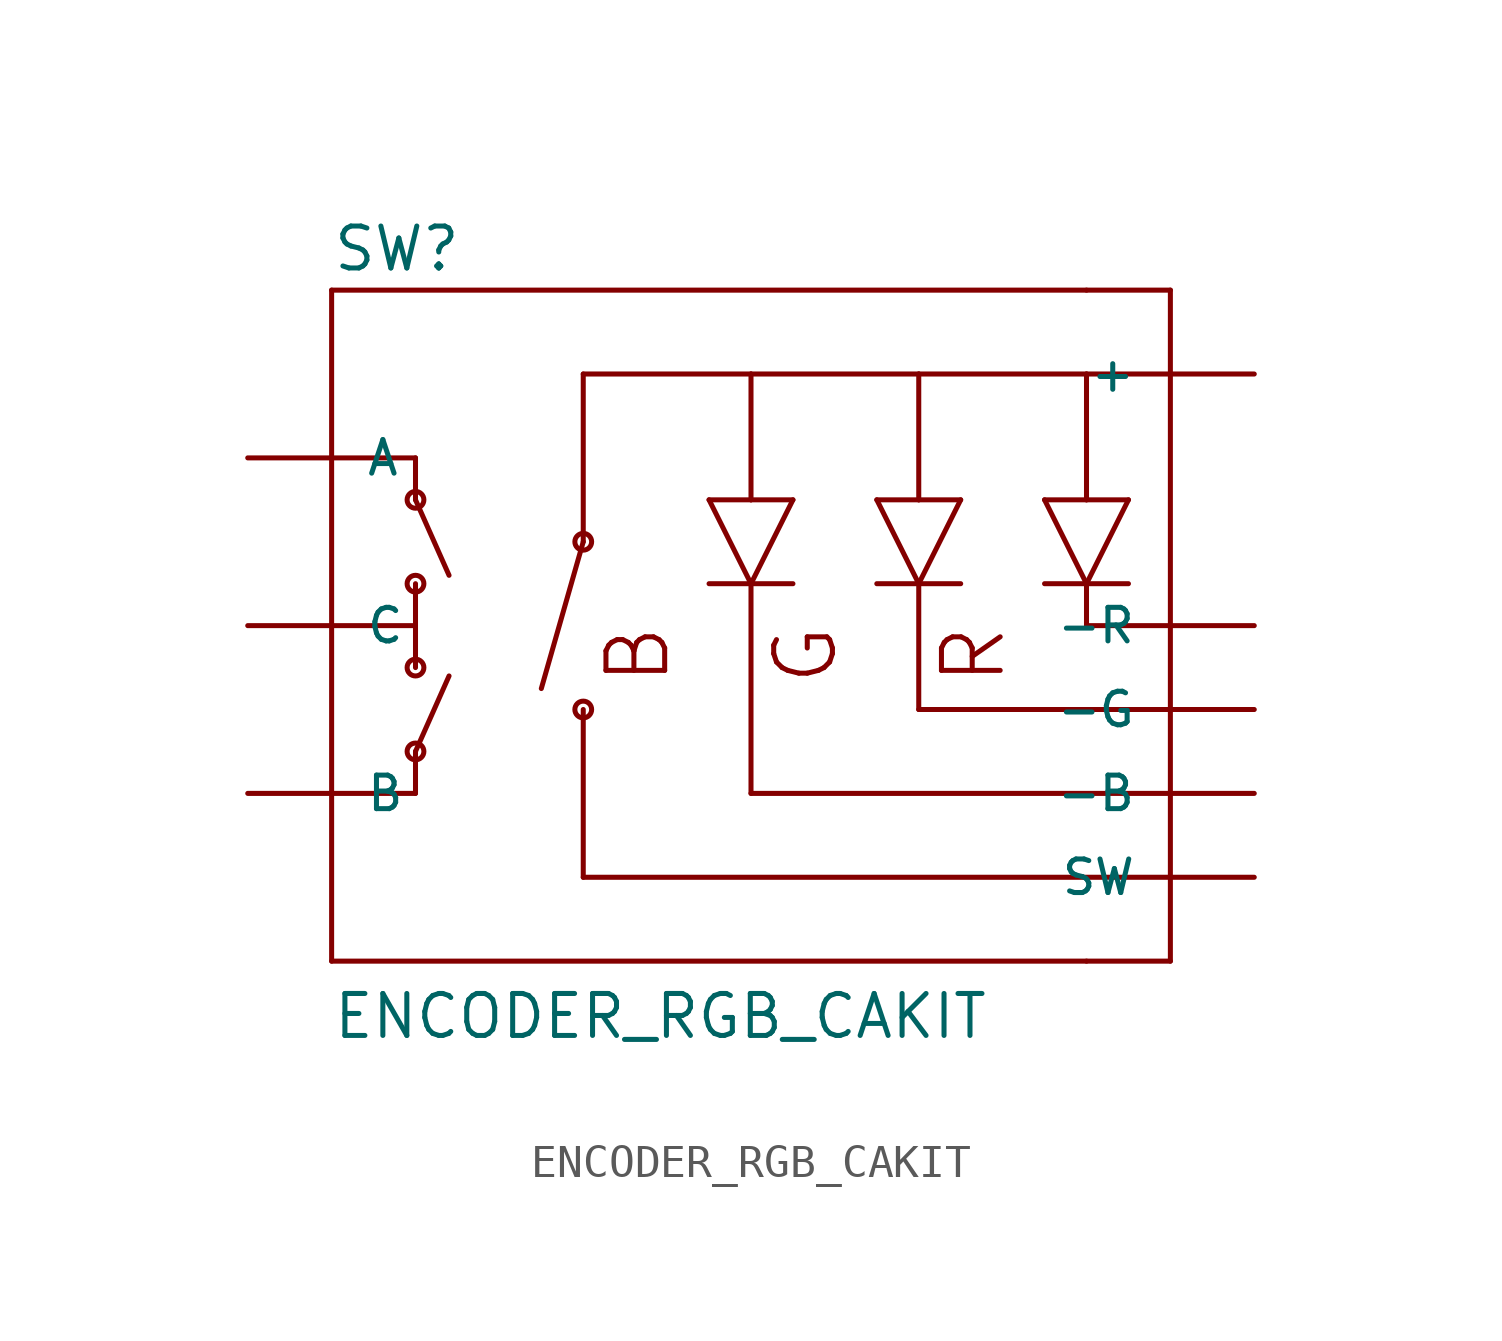
<source format=kicad_sym>
(kicad_symbol_lib
  (version 20220914)
  (generator kicad_symbol_editor)
  (symbol "ENCODER_RGB_CAKIT"
    (pin_numbers hide)
    (pin_names
      (offset 1.016))
    (property "Reference" "SW"
      (at -12.7 10.668 0)
      (effects (font (size 1.27 1.27)) (justify left bottom)))
    (property "Value" "ENCODER_RGB_CAKIT"
      (at -12.7 -12.573 0)
      (effects (font (size 1.27 1.27)) (justify left bottom)))
    (property "ki_locked" ""
      (at 0 0 0)
      (effects (font (size 1.27 1.27))))
    (symbol "ENCODER_RGB_CAKIT_1_0"
      (polyline (pts (xy -12.7 -10.16) (xy 10.16 -10.16)) (stroke (width 0) (type solid)) (fill (type none)))
      (polyline (pts (xy -12.7 -5.08) (xy -12.7 -10.16)) (stroke (width 0) (type solid)) (fill (type none)))
      (polyline (pts (xy -12.7 0) (xy -12.7 -5.08)) (stroke (width 0) (type solid)) (fill (type none)))
      (polyline (pts (xy -12.7 5.08) (xy -12.7 0)) (stroke (width 0) (type solid)) (fill (type none)))
      (polyline (pts (xy -12.7 5.08) (xy -10.16 5.08)) (stroke (width 0) (type solid)) (fill (type none)))
      (polyline (pts (xy -12.7 10.16) (xy -12.7 5.08)) (stroke (width 0) (type solid)) (fill (type none)))
      (polyline (pts (xy -10.16 -5.08) (xy -12.7 -5.08)) (stroke (width 0) (type solid)) (fill (type none)))
      (polyline (pts (xy -10.16 -5.08) (xy -10.16 -3.81)) (stroke (width 0) (type solid)) (fill (type none)))
      (polyline (pts (xy -10.16 -3.81) (xy -9.144 -1.524)) (stroke (width 0) (type solid)) (fill (type none)))
      (polyline (pts (xy -10.16 0) (xy -12.7 0)) (stroke (width 0) (type solid)) (fill (type none)))
      (polyline (pts (xy -10.16 0) (xy -10.16 -1.27)) (stroke (width 0) (type solid)) (fill (type none)))
      (polyline (pts (xy -10.16 0) (xy -10.16 1.27)) (stroke (width 0) (type solid)) (fill (type none)))
      (polyline (pts (xy -10.16 3.81) (xy -9.144 1.524)) (stroke (width 0) (type solid)) (fill (type none)))
      (polyline (pts (xy -10.16 5.08) (xy -10.16 3.81)) (stroke (width 0) (type solid)) (fill (type none)))
      (polyline (pts (xy -5.08 -7.62) (xy -5.08 -2.54)) (stroke (width 0) (type solid)) (fill (type none)))
      (polyline (pts (xy -5.08 -7.62) (xy 12.7 -7.62)) (stroke (width 0) (type solid)) (fill (type none)))
      (polyline (pts (xy -5.08 2.54) (xy -6.35 -1.905)) (stroke (width 0) (type solid)) (fill (type none)))
      (polyline (pts (xy -5.08 7.62) (xy -5.08 2.54)) (stroke (width 0) (type solid)) (fill (type none)))
      (polyline (pts (xy -5.08 7.62) (xy 0 7.62)) (stroke (width 0) (type solid)) (fill (type none)))
      (polyline (pts (xy -1.27 1.27) (xy 0 1.27)) (stroke (width 0) (type solid)) (fill (type none)))
      (polyline (pts (xy -1.27 3.81) (xy 0 1.27)) (stroke (width 0) (type solid)) (fill (type none)))
      (polyline (pts (xy -1.27 3.81) (xy 0 3.81)) (stroke (width 0) (type solid)) (fill (type none)))
      (polyline (pts (xy 0 -5.08) (xy 0 1.27)) (stroke (width 0) (type solid)) (fill (type none)))
      (polyline (pts (xy 0 -5.08) (xy 12.7 -5.08)) (stroke (width 0) (type solid)) (fill (type none)))
      (polyline (pts (xy 0 1.27) (xy 1.27 1.27)) (stroke (width 0) (type solid)) (fill (type none)))
      (polyline (pts (xy 0 1.27) (xy 1.27 3.81)) (stroke (width 0) (type solid)) (fill (type none)))
      (polyline (pts (xy 0 3.81) (xy 1.27 3.81)) (stroke (width 0) (type solid)) (fill (type none)))
      (polyline (pts (xy 0 7.62) (xy 0 3.81)) (stroke (width 0) (type solid)) (fill (type none)))
      (polyline (pts (xy 0 7.62) (xy 5.08 7.62)) (stroke (width 0) (type solid)) (fill (type none)))
      (polyline (pts (xy 3.81 1.27) (xy 5.08 1.27)) (stroke (width 0) (type solid)) (fill (type none)))
      (polyline (pts (xy 3.81 3.81) (xy 5.08 1.27)) (stroke (width 0) (type solid)) (fill (type none)))
      (polyline (pts (xy 3.81 3.81) (xy 5.08 3.81)) (stroke (width 0) (type solid)) (fill (type none)))
      (polyline (pts (xy 5.08 -2.54) (xy 5.08 1.27)) (stroke (width 0) (type solid)) (fill (type none)))
      (polyline (pts (xy 5.08 -2.54) (xy 12.7 -2.54)) (stroke (width 0) (type solid)) (fill (type none)))
      (polyline (pts (xy 5.08 1.27) (xy 6.35 1.27)) (stroke (width 0) (type solid)) (fill (type none)))
      (polyline (pts (xy 5.08 1.27) (xy 6.35 3.81)) (stroke (width 0) (type solid)) (fill (type none)))
      (polyline (pts (xy 5.08 3.81) (xy 6.35 3.81)) (stroke (width 0) (type solid)) (fill (type none)))
      (polyline (pts (xy 5.08 7.62) (xy 5.08 3.81)) (stroke (width 0) (type solid)) (fill (type none)))
      (polyline (pts (xy 5.08 7.62) (xy 10.16 7.62)) (stroke (width 0) (type solid)) (fill (type none)))
      (polyline (pts (xy 8.89 1.27) (xy 10.16 1.27)) (stroke (width 0) (type solid)) (fill (type none)))
      (polyline (pts (xy 8.89 3.81) (xy 10.16 1.27)) (stroke (width 0) (type solid)) (fill (type none)))
      (polyline (pts (xy 8.89 3.81) (xy 10.16 3.81)) (stroke (width 0) (type solid)) (fill (type none)))
      (polyline (pts (xy 10.16 0) (xy 10.16 1.27)) (stroke (width 0) (type solid)) (fill (type none)))
      (polyline (pts (xy 10.16 0) (xy 12.7 0)) (stroke (width 0) (type solid)) (fill (type none)))
      (polyline (pts (xy 10.16 1.27) (xy 11.43 1.27)) (stroke (width 0) (type solid)) (fill (type none)))
      (polyline (pts (xy 10.16 1.27) (xy 11.43 3.81)) (stroke (width 0) (type solid)) (fill (type none)))
      (polyline (pts (xy 10.16 3.81) (xy 11.43 3.81)) (stroke (width 0) (type solid)) (fill (type none)))
      (polyline (pts (xy 10.16 7.62) (xy 10.16 3.81)) (stroke (width 0) (type solid)) (fill (type none)))
      (polyline (pts (xy 10.16 7.62) (xy 12.7 7.62)) (stroke (width 0) (type solid)) (fill (type none)))
      (polyline (pts (xy 10.16 10.16) (xy -12.7 10.16)) (stroke (width 0) (type solid)) (fill (type none)))
      (polyline (pts (xy 10.16 10.16) (xy 12.7 10.16)) (stroke (width 0) (type solid)) (fill (type none)))
      (polyline (pts (xy 12.7 -10.16) (xy 10.16 -10.16)) (stroke (width 0) (type solid)) (fill (type none)))
      (polyline (pts (xy 12.7 10.16) (xy 12.7 -10.16)) (stroke (width 0) (type solid)) (fill (type none)))
      (text "B" (at -3.429 -0.889 1800) (effects (font (size 1.778 1.778))))
      (text "G" (at 1.651 -0.889 1800) (effects (font (size 1.778 1.778))))
      (text "R" (at 6.731 -0.889 1800) (effects (font (size 1.778 1.778)))))
    (symbol "ENCODER_RGB_CAKIT_1_1"
      (circle (center -10.16 -3.81) (radius 0.254) (stroke (width 0) (type solid)) (fill (type none)))
      (circle (center -10.16 -1.27) (radius 0.254) (stroke (width 0) (type solid)) (fill (type none)))
      (circle (center -10.16 1.27) (radius 0.254) (stroke (width 0) (type solid)) (fill (type none)))
      (circle (center -10.16 3.81) (radius 0.254) (stroke (width 0) (type solid)) (fill (type none)))
      (circle (center -5.08 -2.54) (radius 0.254) (stroke (width 0) (type solid)) (fill (type none)))
      (circle (center -5.08 2.54) (radius 0.254) (stroke (width 0) (type solid)) (fill (type none)))
      (pin passive line (at 15.24 0 180) (length 2.54) (name "-R" (effects (font (size 1.016 1.016)))) (number "1" (effects (font (size 1.016 1.016)))))
      (pin passive line (at 15.24 -2.54 180) (length 2.54) (name "-G" (effects (font (size 1.016 1.016)))) (number "2" (effects (font (size 1.016 1.016)))))
      (pin passive line (at 15.24 -7.62 180) (length 2.54) (name "SW" (effects (font (size 1.016 1.016)))) (number "3" (effects (font (size 1.016 1.016)))))
      (pin passive line (at 15.24 -5.08 180) (length 2.54) (name "-B" (effects (font (size 1.016 1.016)))) (number "4" (effects (font (size 1.016 1.016)))))
      (pin passive line (at 15.24 7.62 180) (length 2.54) (name "+" (effects (font (size 1.016 1.016)))) (number "5" (effects (font (size 1.016 1.016)))))
      (pin bidirectional line (at -15.24 5.08 0) (length 2.54) (name "A" (effects (font (size 1.016 1.016)))) (number "A" (effects (font (size 1.016 1.016)))))
      (pin bidirectional line (at -15.24 -5.08 0) (length 2.54) (name "B" (effects (font (size 1.016 1.016)))) (number "B" (effects (font (size 1.016 1.016)))))
      (pin bidirectional line (at -15.24 0 0) (length 2.54) (name "C" (effects (font (size 1.016 1.016)))) (number "C" (effects (font (size 1.016 1.016))))))))
</source>
